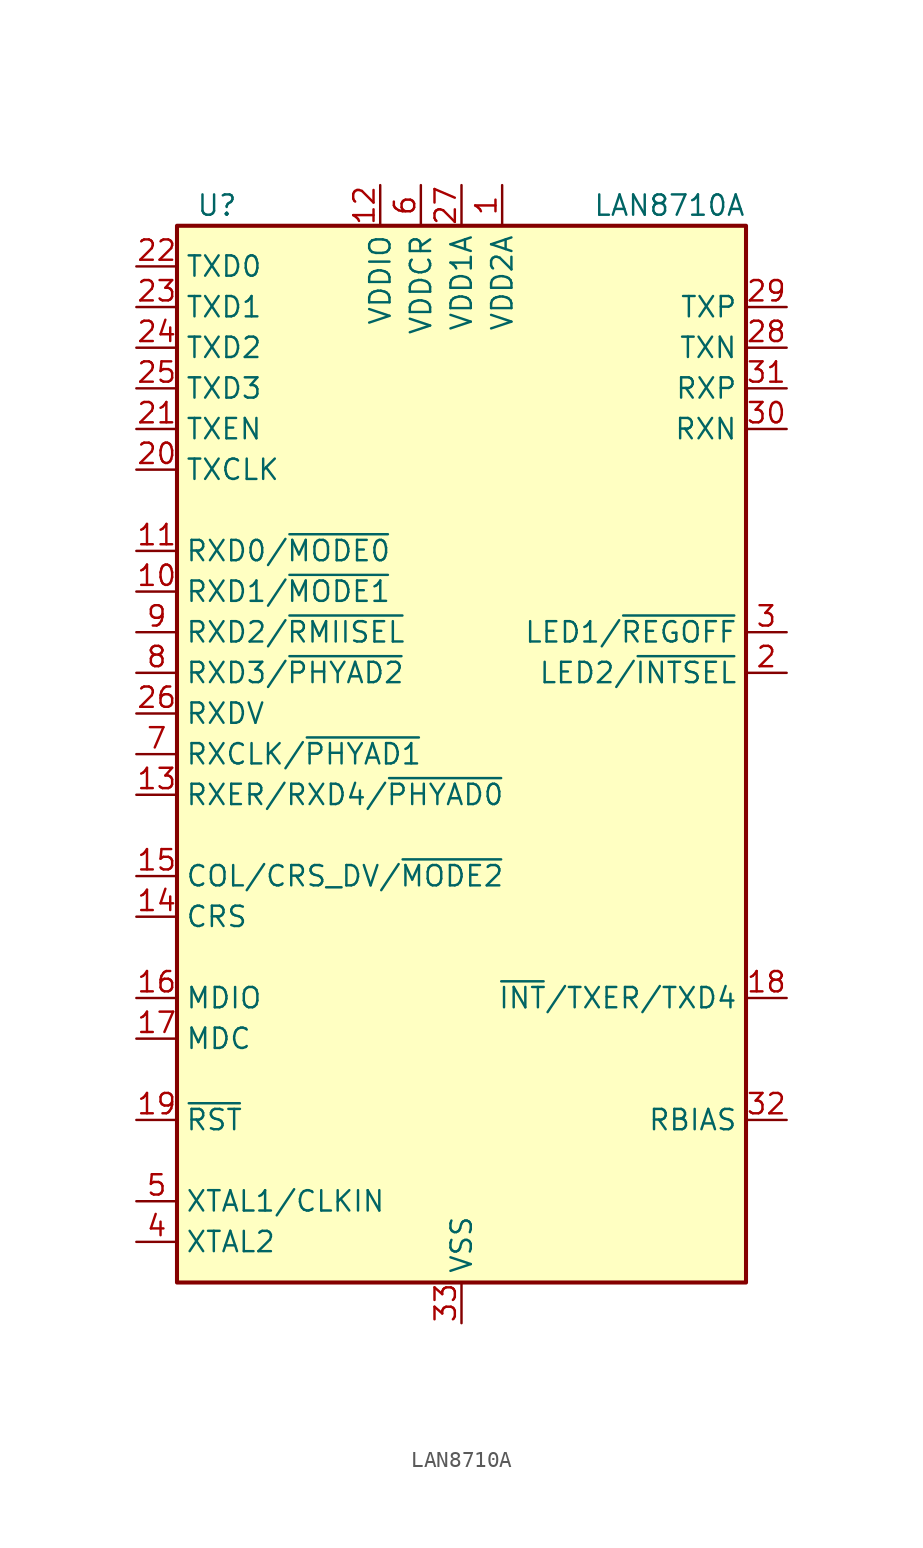
<source format=kicad_sym>
(kicad_symbol_lib
  (version 20211014)
  (generator kicad_symbol_editor)
  (symbol "LAN8710A"
    (property "Reference" "U"
      (at -13.97 34.29 0)
      (effects (font (size 1.27 1.27)) (justify right)))
    (property "Value" "LAN8710A"
      (at 17.78 34.29 0)
      (effects (font (size 1.27 1.27)) (justify right)))
    (symbol "LAN8710A_0_1"
      (rectangle (start -17.78 33.02) (end 17.78 -33.02) (stroke (width 0.254) (type default) (color 0 0 0 0)) (fill (type background))))
    (symbol "LAN8710A_1_1"
      (pin power_in line (at 2.54 35.56 270) (length 2.54) (name "VDD2A" (effects (font (size 1.27 1.27)))) (number "1" (effects (font (size 1.27 1.27)))))
      (pin bidirectional line (at -20.32 10.16 0) (length 2.54) (name "RXD1/~{MODE1}" (effects (font (size 1.27 1.27)))) (number "10" (effects (font (size 1.27 1.27)))))
      (pin bidirectional line (at -20.32 12.7 0) (length 2.54) (name "RXD0/~{MODE0}" (effects (font (size 1.27 1.27)))) (number "11" (effects (font (size 1.27 1.27)))))
      (pin power_in line (at -5.08 35.56 270) (length 2.54) (name "VDDIO" (effects (font (size 1.27 1.27)))) (number "12" (effects (font (size 1.27 1.27)))))
      (pin bidirectional line (at -20.32 -2.54 0) (length 2.54) (name "RXER/RXD4/~{PHYAD0}" (effects (font (size 1.27 1.27)))) (number "13" (effects (font (size 1.27 1.27)))))
      (pin output line (at -20.32 -10.16 0) (length 2.54) (name "CRS" (effects (font (size 1.27 1.27)))) (number "14" (effects (font (size 1.27 1.27)))))
      (pin bidirectional line (at -20.32 -7.62 0) (length 2.54) (name "COL/CRS_DV/~{MODE2}" (effects (font (size 1.27 1.27)))) (number "15" (effects (font (size 1.27 1.27)))))
      (pin bidirectional line (at -20.32 -15.24 0) (length 2.54) (name "MDIO" (effects (font (size 1.27 1.27)))) (number "16" (effects (font (size 1.27 1.27)))))
      (pin input line (at -20.32 -17.78 0) (length 2.54) (name "MDC" (effects (font (size 1.27 1.27)))) (number "17" (effects (font (size 1.27 1.27)))))
      (pin bidirectional line (at 20.32 -15.24 180) (length 2.54) (name "~{INT}/TXER/TXD4" (effects (font (size 1.27 1.27)))) (number "18" (effects (font (size 1.27 1.27)))))
      (pin input line (at -20.32 -22.86 0) (length 2.54) (name "~{RST}" (effects (font (size 1.27 1.27)))) (number "19" (effects (font (size 1.27 1.27)))))
      (pin bidirectional line (at 20.32 5.08 180) (length 2.54) (name "LED2/~{INTSEL}" (effects (font (size 1.27 1.27)))) (number "2" (effects (font (size 1.27 1.27)))))
      (pin output line (at -20.32 17.78 0) (length 2.54) (name "TXCLK" (effects (font (size 1.27 1.27)))) (number "20" (effects (font (size 1.27 1.27)))))
      (pin input line (at -20.32 20.32 0) (length 2.54) (name "TXEN" (effects (font (size 1.27 1.27)))) (number "21" (effects (font (size 1.27 1.27)))))
      (pin input line (at -20.32 30.48 0) (length 2.54) (name "TXD0" (effects (font (size 1.27 1.27)))) (number "22" (effects (font (size 1.27 1.27)))))
      (pin input line (at -20.32 27.94 0) (length 2.54) (name "TXD1" (effects (font (size 1.27 1.27)))) (number "23" (effects (font (size 1.27 1.27)))))
      (pin input line (at -20.32 25.4 0) (length 2.54) (name "TXD2" (effects (font (size 1.27 1.27)))) (number "24" (effects (font (size 1.27 1.27)))))
      (pin input line (at -20.32 22.86 0) (length 2.54) (name "TXD3" (effects (font (size 1.27 1.27)))) (number "25" (effects (font (size 1.27 1.27)))))
      (pin output line (at -20.32 2.54 0) (length 2.54) (name "RXDV" (effects (font (size 1.27 1.27)))) (number "26" (effects (font (size 1.27 1.27)))))
      (pin power_in line (at 0 35.56 270) (length 2.54) (name "VDD1A" (effects (font (size 1.27 1.27)))) (number "27" (effects (font (size 1.27 1.27)))))
      (pin bidirectional line (at 20.32 25.4 180) (length 2.54) (name "TXN" (effects (font (size 1.27 1.27)))) (number "28" (effects (font (size 1.27 1.27)))))
      (pin bidirectional line (at 20.32 27.94 180) (length 2.54) (name "TXP" (effects (font (size 1.27 1.27)))) (number "29" (effects (font (size 1.27 1.27)))))
      (pin bidirectional line (at 20.32 7.62 180) (length 2.54) (name "LED1/~{REGOFF}" (effects (font (size 1.27 1.27)))) (number "3" (effects (font (size 1.27 1.27)))))
      (pin bidirectional line (at 20.32 20.32 180) (length 2.54) (name "RXN" (effects (font (size 1.27 1.27)))) (number "30" (effects (font (size 1.27 1.27)))))
      (pin bidirectional line (at 20.32 22.86 180) (length 2.54) (name "RXP" (effects (font (size 1.27 1.27)))) (number "31" (effects (font (size 1.27 1.27)))))
      (pin passive line (at 20.32 -22.86 180) (length 2.54) (name "RBIAS" (effects (font (size 1.27 1.27)))) (number "32" (effects (font (size 1.27 1.27)))))
      (pin power_in line (at 0 -35.56 90) (length 2.54) (name "VSS" (effects (font (size 1.27 1.27)))) (number "33" (effects (font (size 1.27 1.27)))))
      (pin output line (at -20.32 -30.48 0) (length 2.54) (name "XTAL2" (effects (font (size 1.27 1.27)))) (number "4" (effects (font (size 1.27 1.27)))))
      (pin input line (at -20.32 -27.94 0) (length 2.54) (name "XTAL1/CLKIN" (effects (font (size 1.27 1.27)))) (number "5" (effects (font (size 1.27 1.27)))))
      (pin power_in line (at -2.54 35.56 270) (length 2.54) (name "VDDCR" (effects (font (size 1.27 1.27)))) (number "6" (effects (font (size 1.27 1.27)))))
      (pin bidirectional line (at -20.32 0 0) (length 2.54) (name "RXCLK/~{PHYAD1}" (effects (font (size 1.27 1.27)))) (number "7" (effects (font (size 1.27 1.27)))))
      (pin bidirectional line (at -20.32 5.08 0) (length 2.54) (name "RXD3/~{PHYAD2}" (effects (font (size 1.27 1.27)))) (number "8" (effects (font (size 1.27 1.27)))))
      (pin bidirectional line (at -20.32 7.62 0) (length 2.54) (name "RXD2/~{RMIISEL}" (effects (font (size 1.27 1.27)))) (number "9" (effects (font (size 1.27 1.27))))))))
</source>
